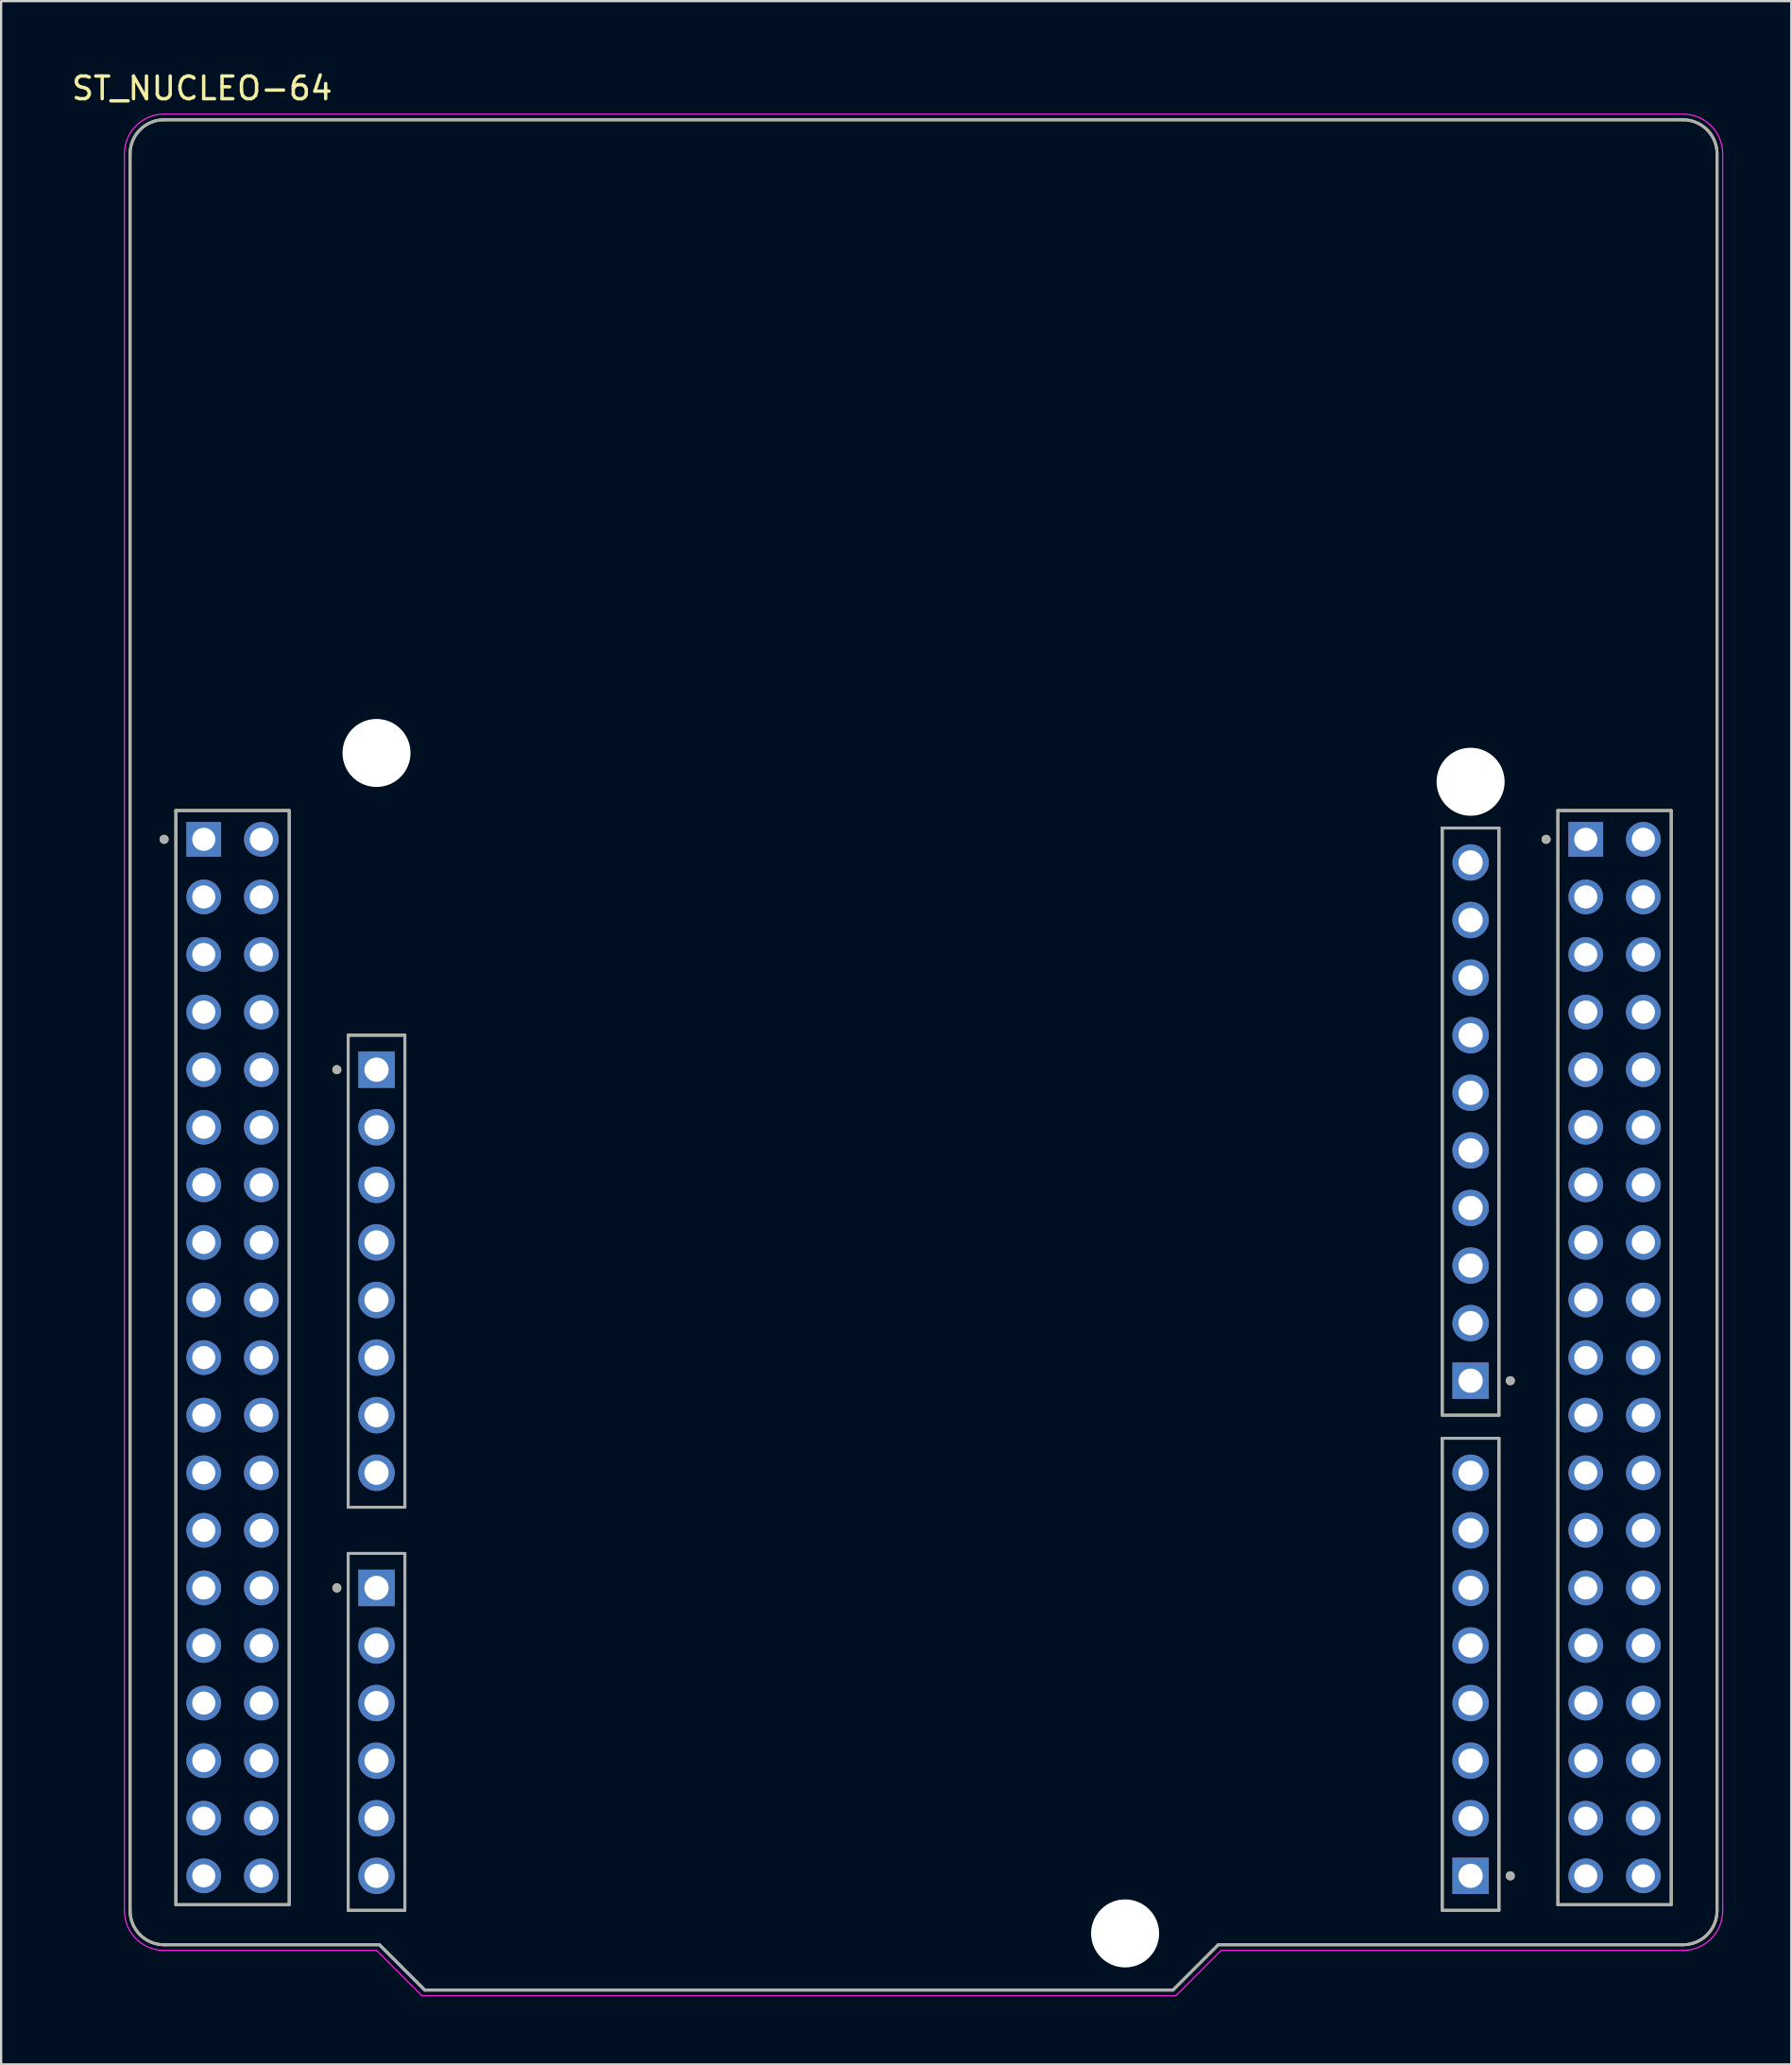
<source format=kicad_pcb>
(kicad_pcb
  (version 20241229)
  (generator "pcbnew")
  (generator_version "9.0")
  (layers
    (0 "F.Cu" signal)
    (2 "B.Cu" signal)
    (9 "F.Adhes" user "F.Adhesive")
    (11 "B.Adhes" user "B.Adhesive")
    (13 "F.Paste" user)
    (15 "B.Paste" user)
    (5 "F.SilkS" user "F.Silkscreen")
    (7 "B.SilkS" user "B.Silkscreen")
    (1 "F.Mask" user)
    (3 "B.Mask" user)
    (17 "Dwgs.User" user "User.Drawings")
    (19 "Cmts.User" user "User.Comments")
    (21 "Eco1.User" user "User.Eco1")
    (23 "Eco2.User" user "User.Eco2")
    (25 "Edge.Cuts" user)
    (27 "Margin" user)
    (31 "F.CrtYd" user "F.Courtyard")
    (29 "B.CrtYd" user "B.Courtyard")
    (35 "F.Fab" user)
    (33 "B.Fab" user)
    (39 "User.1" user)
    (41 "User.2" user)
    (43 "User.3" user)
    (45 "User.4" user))
  (footprint "ST_NUCLEO-64"
    (layer "F.Cu")
    (at 37.688 43.483)
    (property "Reference" "ST_NUCLEO-64" (at -31.825 -42.635 0) (layer "F.SilkS") (effects (font (size 1 1) (thickness 0.15))))
    (attr through_hole)
    (fp_line (start -35 37.75) (end -35 -39.75) (stroke (width 0.127) (type solid)) (layer "F.SilkS"))
    (fp_line (start -33.5 -41.25) (end 33.5 -41.25) (stroke (width 0.127) (type solid)) (layer "F.SilkS"))
    (fp_line (start -32.98 -10.78) (end -32.98 37.48) (stroke (width 0.127) (type solid)) (layer "F.SilkS"))
    (fp_line (start -32.98 37.48) (end -27.98 37.48) (stroke (width 0.127) (type solid)) (layer "F.SilkS"))
    (fp_line (start -27.98 -10.78) (end -32.98 -10.78) (stroke (width 0.127) (type solid)) (layer "F.SilkS"))
    (fp_line (start -27.98 37.48) (end -27.98 -10.78) (stroke (width 0.127) (type solid)) (layer "F.SilkS"))
    (fp_line (start -25.38 -0.87) (end -25.38 19.95) (stroke (width 0.127) (type solid)) (layer "F.SilkS"))
    (fp_line (start -25.38 19.95) (end -22.88 19.95) (stroke (width 0.127) (type solid)) (layer "F.SilkS"))
    (fp_line (start -25.38 21.99) (end -25.38 37.73) (stroke (width 0.127) (type solid)) (layer "F.SilkS"))
    (fp_line (start -25.38 37.73) (end -22.88 37.73) (stroke (width 0.127) (type solid)) (layer "F.SilkS"))
    (fp_line (start -24 39.25) (end -33.5 39.25) (stroke (width 0.127) (type solid)) (layer "F.SilkS"))
    (fp_line (start -22.88 -0.87) (end -25.38 -0.87) (stroke (width 0.127) (type solid)) (layer "F.SilkS"))
    (fp_line (start -22.88 19.95) (end -22.88 -0.87) (stroke (width 0.127) (type solid)) (layer "F.SilkS"))
    (fp_line (start -22.88 21.99) (end -25.38 21.99) (stroke (width 0.127) (type solid)) (layer "F.SilkS"))
    (fp_line (start -22.88 37.73) (end -22.88 21.99) (stroke (width 0.127) (type solid)) (layer "F.SilkS"))
    (fp_line (start -22 41.25) (end -24 39.25) (stroke (width 0.127) (type solid)) (layer "F.SilkS"))
    (fp_line (start 11 41.25) (end -22 41.25) (stroke (width 0.127) (type solid)) (layer "F.SilkS"))
    (fp_line (start 13 39.25) (end 11 41.25) (stroke (width 0.127) (type solid)) (layer "F.SilkS"))
    (fp_line (start 22.88 -10.01) (end 22.88 15.89) (stroke (width 0.127) (type solid)) (layer "F.SilkS"))
    (fp_line (start 22.88 15.89) (end 25.38 15.89) (stroke (width 0.127) (type solid)) (layer "F.SilkS"))
    (fp_line (start 22.88 16.91) (end 22.88 37.73) (stroke (width 0.127) (type solid)) (layer "F.SilkS"))
    (fp_line (start 22.88 37.73) (end 25.38 37.73) (stroke (width 0.127) (type solid)) (layer "F.SilkS"))
    (fp_line (start 25.38 -10.01) (end 22.88 -10.01) (stroke (width 0.127) (type solid)) (layer "F.SilkS"))
    (fp_line (start 25.38 15.89) (end 25.38 -10.01) (stroke (width 0.127) (type solid)) (layer "F.SilkS"))
    (fp_line (start 25.38 16.91) (end 22.88 16.91) (stroke (width 0.127) (type solid)) (layer "F.SilkS"))
    (fp_line (start 25.38 37.73) (end 25.38 16.91) (stroke (width 0.127) (type solid)) (layer "F.SilkS"))
    (fp_line (start 27.98 -10.78) (end 27.98 37.48) (stroke (width 0.127) (type solid)) (layer "F.SilkS"))
    (fp_line (start 27.98 37.48) (end 32.98 37.48) (stroke (width 0.127) (type solid)) (layer "F.SilkS"))
    (fp_line (start 32.98 -10.78) (end 27.98 -10.78) (stroke (width 0.127) (type solid)) (layer "F.SilkS"))
    (fp_line (start 32.98 37.48) (end 32.98 -10.78) (stroke (width 0.127) (type solid)) (layer "F.SilkS"))
    (fp_line (start 33.5 39.25) (end 13 39.25) (stroke (width 0.127) (type solid)) (layer "F.SilkS"))
    (fp_line (start 35 -39.75) (end 35 37.75) (stroke (width 0.127) (type solid)) (layer "F.SilkS"))
    (fp_arc (start -35 -39.75) (mid -34.56066 -40.81066) (end -33.5 -41.25) (stroke (width 0.127) (type solid)) (layer "F.SilkS"))
    (fp_arc (start -33.5 39.25) (mid -34.56066 38.81066) (end -35 37.75) (stroke (width 0.127) (type solid)) (layer "F.SilkS"))
    (fp_arc (start 33.5 -41.25) (mid 34.56066 -40.81066) (end 35 -39.75) (stroke (width 0.127) (type solid)) (layer "F.SilkS"))
    (fp_arc (start 35 37.75) (mid 34.56066 38.81066) (end 33.5 39.25) (stroke (width 0.127) (type solid)) (layer "F.SilkS"))
    (fp_circle (center -33.5 -9.51) (end -33.4 -9.51) (stroke (width 0.2) (type solid)) (fill no) (layer "F.SilkS"))
    (fp_circle (center -25.88 0.65) (end -25.78 0.65) (stroke (width 0.2) (type solid)) (fill no) (layer "F.SilkS"))
    (fp_circle (center -25.88 23.51) (end -25.78 23.51) (stroke (width 0.2) (type solid)) (fill no) (layer "F.SilkS"))
    (fp_circle (center 25.88 14.37) (end 25.98 14.37) (stroke (width 0.2) (type solid)) (fill no) (layer "F.SilkS"))
    (fp_circle (center 25.88 36.21) (end 25.98 36.21) (stroke (width 0.2) (type solid)) (fill no) (layer "F.SilkS"))
    (fp_circle (center 27.46 -9.51) (end 27.56 -9.51) (stroke (width 0.2) (type solid)) (fill no) (layer "F.SilkS"))
    (fp_line (start -35.25 37.75) (end -35.25 -39.75) (stroke (width 0.05) (type solid)) (layer "F.CrtYd"))
    (fp_line (start -33.5 -41.5) (end 33.5 -41.5) (stroke (width 0.05) (type solid)) (layer "F.CrtYd"))
    (fp_line (start -24.125 39.5) (end -33.5 39.5) (stroke (width 0.05) (type solid)) (layer "F.CrtYd"))
    (fp_line (start -22.125 41.5) (end -24.125 39.5) (stroke (width 0.05) (type solid)) (layer "F.CrtYd"))
    (fp_line (start 11.125 41.5) (end -22.125 41.5) (stroke (width 0.05) (type solid)) (layer "F.CrtYd"))
    (fp_line (start 13.125 39.5) (end 11.125 41.5) (stroke (width 0.05) (type solid)) (layer "F.CrtYd"))
    (fp_line (start 33.5 39.5) (end 13.125 39.5) (stroke (width 0.05) (type solid)) (layer "F.CrtYd"))
    (fp_line (start 35.25 -39.75) (end 35.25 37.75) (stroke (width 0.05) (type solid)) (layer "F.CrtYd"))
    (fp_arc (start -35.25 -39.75) (mid -34.737437 -40.987437) (end -33.5 -41.5) (stroke (width 0.05) (type solid)) (layer "F.CrtYd"))
    (fp_arc (start -33.5 39.5) (mid -34.737437 38.987437) (end -35.25 37.75) (stroke (width 0.05) (type solid)) (layer "F.CrtYd"))
    (fp_arc (start 33.5 -41.5) (mid 34.737437 -40.987437) (end 35.25 -39.75) (stroke (width 0.05) (type solid)) (layer "F.CrtYd"))
    (fp_arc (start 35.25 37.75) (mid 34.737437 38.987437) (end 33.5 39.5) (stroke (width 0.05) (type solid)) (layer "F.CrtYd"))
    (fp_line (start -35 37.75) (end -35 -39.75) (stroke (width 0.127) (type solid)) (layer "F.Fab"))
    (fp_line (start -33.5 -41.25) (end 33.5 -41.25) (stroke (width 0.127) (type solid)) (layer "F.Fab"))
    (fp_line (start -32.98 -10.78) (end -32.98 37.48) (stroke (width 0.127) (type solid)) (layer "F.Fab"))
    (fp_line (start -32.98 37.48) (end -27.98 37.48) (stroke (width 0.127) (type solid)) (layer "F.Fab"))
    (fp_line (start -27.98 -10.78) (end -32.98 -10.78) (stroke (width 0.127) (type solid)) (layer "F.Fab"))
    (fp_line (start -27.98 37.48) (end -27.98 -10.78) (stroke (width 0.127) (type solid)) (layer "F.Fab"))
    (fp_line (start -25.38 -0.87) (end -25.38 19.95) (stroke (width 0.127) (type solid)) (layer "F.Fab"))
    (fp_line (start -25.38 19.95) (end -22.88 19.95) (stroke (width 0.127) (type solid)) (layer "F.Fab"))
    (fp_line (start -25.38 21.99) (end -25.38 37.73) (stroke (width 0.127) (type solid)) (layer "F.Fab"))
    (fp_line (start -25.38 37.73) (end -22.88 37.73) (stroke (width 0.127) (type solid)) (layer "F.Fab"))
    (fp_line (start -24 39.25) (end -33.5 39.25) (stroke (width 0.127) (type solid)) (layer "F.Fab"))
    (fp_line (start -22.88 -0.87) (end -25.38 -0.87) (stroke (width 0.127) (type solid)) (layer "F.Fab"))
    (fp_line (start -22.88 19.95) (end -22.88 -0.87) (stroke (width 0.127) (type solid)) (layer "F.Fab"))
    (fp_line (start -22.88 21.99) (end -25.38 21.99) (stroke (width 0.127) (type solid)) (layer "F.Fab"))
    (fp_line (start -22.88 37.73) (end -22.88 21.99) (stroke (width 0.127) (type solid)) (layer "F.Fab"))
    (fp_line (start -22 41.25) (end -24 39.25) (stroke (width 0.127) (type solid)) (layer "F.Fab"))
    (fp_line (start 11 41.25) (end -22 41.25) (stroke (width 0.127) (type solid)) (layer "F.Fab"))
    (fp_line (start 13 39.25) (end 11 41.25) (stroke (width 0.127) (type solid)) (layer "F.Fab"))
    (fp_line (start 22.88 -10.01) (end 22.88 15.89) (stroke (width 0.127) (type solid)) (layer "F.Fab"))
    (fp_line (start 22.88 15.89) (end 25.38 15.89) (stroke (width 0.127) (type solid)) (layer "F.Fab"))
    (fp_line (start 22.88 16.91) (end 22.88 37.73) (stroke (width 0.127) (type solid)) (layer "F.Fab"))
    (fp_line (start 22.88 37.73) (end 25.38 37.73) (stroke (width 0.127) (type solid)) (layer "F.Fab"))
    (fp_line (start 25.38 -10.01) (end 22.88 -10.01) (stroke (width 0.127) (type solid)) (layer "F.Fab"))
    (fp_line (start 25.38 15.89) (end 25.38 -10.01) (stroke (width 0.127) (type solid)) (layer "F.Fab"))
    (fp_line (start 25.38 16.91) (end 22.88 16.91) (stroke (width 0.127) (type solid)) (layer "F.Fab"))
    (fp_line (start 25.38 37.73) (end 25.38 16.91) (stroke (width 0.127) (type solid)) (layer "F.Fab"))
    (fp_line (start 27.98 -10.78) (end 27.98 37.48) (stroke (width 0.127) (type solid)) (layer "F.Fab"))
    (fp_line (start 27.98 37.48) (end 32.98 37.48) (stroke (width 0.127) (type solid)) (layer "F.Fab"))
    (fp_line (start 32.98 -10.78) (end 27.98 -10.78) (stroke (width 0.127) (type solid)) (layer "F.Fab"))
    (fp_line (start 32.98 37.48) (end 32.98 -10.78) (stroke (width 0.127) (type solid)) (layer "F.Fab"))
    (fp_line (start 33.5 39.25) (end 13 39.25) (stroke (width 0.127) (type solid)) (layer "F.Fab"))
    (fp_line (start 35 -39.75) (end 35 37.75) (stroke (width 0.127) (type solid)) (layer "F.Fab"))
    (fp_arc (start -35 -39.75) (mid -34.56066 -40.81066) (end -33.5 -41.25) (stroke (width 0.127) (type solid)) (layer "F.Fab"))
    (fp_arc (start -33.5 39.25) (mid -34.56066 38.81066) (end -35 37.75) (stroke (width 0.127) (type solid)) (layer "F.Fab"))
    (fp_arc (start 33.5 -41.25) (mid 34.56066 -40.81066) (end 35 -39.75) (stroke (width 0.127) (type solid)) (layer "F.Fab"))
    (fp_arc (start 35 37.75) (mid 34.56066 38.81066) (end 33.5 39.25) (stroke (width 0.127) (type solid)) (layer "F.Fab"))
    (fp_circle (center -33.5 -9.51) (end -33.4 -9.51) (stroke (width 0.2) (type solid)) (fill no) (layer "F.Fab"))
    (fp_circle (center -25.88 0.65) (end -25.78 0.65) (stroke (width 0.2) (type solid)) (fill no) (layer "F.Fab"))
    (fp_circle (center -25.88 23.51) (end -25.78 23.51) (stroke (width 0.2) (type solid)) (fill no) (layer "F.Fab"))
    (fp_circle (center 25.88 14.37) (end 25.98 14.37) (stroke (width 0.2) (type solid)) (fill no) (layer "F.Fab"))
    (fp_circle (center 25.88 36.21) (end 25.98 36.21) (stroke (width 0.2) (type solid)) (fill no) (layer "F.Fab"))
    (fp_circle (center 27.46 -9.51) (end 27.56 -9.51) (stroke (width 0.2) (type solid)) (fill no) (layer "F.Fab"))
    (pad "" np_thru_hole circle (at -24.13 -13.32) (size 3 3) (drill 3) (layers "*.Cu" "*.Mask"))
    (pad "" np_thru_hole circle (at 8.89 38.75) (size 3 3) (drill 3) (layers "*.Cu" "*.Mask"))
    (pad "" np_thru_hole circle (at 24.13 -12.05) (size 3 3) (drill 3) (layers "*.Cu" "*.Mask"))
    (pad "CN5_1" thru_hole rect (at 24.13 14.37) (size 1.605 1.605) (drill 1.07) (layers "*.Cu" "*.Mask"))
    (pad "CN5_2" thru_hole circle (at 24.13 11.83) (size 1.605 1.605) (drill 1.07) (layers "*.Cu" "*.Mask"))
    (pad "CN5_3" thru_hole circle (at 24.13 9.29) (size 1.605 1.605) (drill 1.07) (layers "*.Cu" "*.Mask"))
    (pad "CN5_4" thru_hole circle (at 24.13 6.75) (size 1.605 1.605) (drill 1.07) (layers "*.Cu" "*.Mask"))
    (pad "CN5_5" thru_hole circle (at 24.13 4.21) (size 1.605 1.605) (drill 1.07) (layers "*.Cu" "*.Mask"))
    (pad "CN5_6" thru_hole circle (at 24.13 1.67) (size 1.605 1.605) (drill 1.07) (layers "*.Cu" "*.Mask"))
    (pad "CN5_7" thru_hole circle (at 24.13 -0.87) (size 1.605 1.605) (drill 1.07) (layers "*.Cu" "*.Mask"))
    (pad "CN5_8" thru_hole circle (at 24.13 -3.41) (size 1.605 1.605) (drill 1.07) (layers "*.Cu" "*.Mask"))
    (pad "CN5_9" thru_hole circle (at 24.13 -5.95) (size 1.605 1.605) (drill 1.07) (layers "*.Cu" "*.Mask"))
    (pad "CN5_10" thru_hole circle (at 24.13 -8.49) (size 1.605 1.605) (drill 1.07) (layers "*.Cu" "*.Mask"))
    (pad "CN6_1" thru_hole rect (at -24.13 0.65) (size 1.605 1.605) (drill 1.07) (layers "*.Cu" "*.Mask"))
    (pad "CN6_2" thru_hole circle (at -24.13 3.19) (size 1.605 1.605) (drill 1.07) (layers "*.Cu" "*.Mask"))
    (pad "CN6_3" thru_hole circle (at -24.13 5.73) (size 1.605 1.605) (drill 1.07) (layers "*.Cu" "*.Mask"))
    (pad "CN6_4" thru_hole circle (at -24.13 8.27) (size 1.605 1.605) (drill 1.07) (layers "*.Cu" "*.Mask"))
    (pad "CN6_5" thru_hole circle (at -24.13 10.81) (size 1.605 1.605) (drill 1.07) (layers "*.Cu" "*.Mask"))
    (pad "CN6_6" thru_hole circle (at -24.13 13.35) (size 1.605 1.605) (drill 1.07) (layers "*.Cu" "*.Mask"))
    (pad "CN6_7" thru_hole circle (at -24.13 15.89) (size 1.605 1.605) (drill 1.07) (layers "*.Cu" "*.Mask"))
    (pad "CN6_8" thru_hole circle (at -24.13 18.43) (size 1.605 1.605) (drill 1.07) (layers "*.Cu" "*.Mask"))
    (pad "CN7_1" thru_hole rect (at -31.75 -9.51) (size 1.53 1.53) (drill 1.02) (layers "*.Cu" "*.Mask"))
    (pad "CN7_2" thru_hole circle (at -29.21 -9.51) (size 1.53 1.53) (drill 1.02) (layers "*.Cu" "*.Mask"))
    (pad "CN7_3" thru_hole circle (at -31.75 -6.97) (size 1.53 1.53) (drill 1.02) (layers "*.Cu" "*.Mask"))
    (pad "CN7_4" thru_hole circle (at -29.21 -6.97) (size 1.53 1.53) (drill 1.02) (layers "*.Cu" "*.Mask"))
    (pad "CN7_5" thru_hole circle (at -31.75 -4.43) (size 1.53 1.53) (drill 1.02) (layers "*.Cu" "*.Mask"))
    (pad "CN7_6" thru_hole circle (at -29.21 -4.43) (size 1.53 1.53) (drill 1.02) (layers "*.Cu" "*.Mask"))
    (pad "CN7_7" thru_hole circle (at -31.75 -1.89) (size 1.53 1.53) (drill 1.02) (layers "*.Cu" "*.Mask"))
    (pad "CN7_8" thru_hole circle (at -29.21 -1.89) (size 1.53 1.53) (drill 1.02) (layers "*.Cu" "*.Mask"))
    (pad "CN7_9" thru_hole circle (at -31.75 0.65) (size 1.53 1.53) (drill 1.02) (layers "*.Cu" "*.Mask"))
    (pad "CN7_10" thru_hole circle (at -29.21 0.65) (size 1.53 1.53) (drill 1.02) (layers "*.Cu" "*.Mask"))
    (pad "CN7_11" thru_hole circle (at -31.75 3.19) (size 1.53 1.53) (drill 1.02) (layers "*.Cu" "*.Mask"))
    (pad "CN7_12" thru_hole circle (at -29.21 3.19) (size 1.53 1.53) (drill 1.02) (layers "*.Cu" "*.Mask"))
    (pad "CN7_13" thru_hole circle (at -31.75 5.73) (size 1.53 1.53) (drill 1.02) (layers "*.Cu" "*.Mask"))
    (pad "CN7_14" thru_hole circle (at -29.21 5.73) (size 1.53 1.53) (drill 1.02) (layers "*.Cu" "*.Mask"))
    (pad "CN7_15" thru_hole circle (at -31.75 8.27) (size 1.53 1.53) (drill 1.02) (layers "*.Cu" "*.Mask"))
    (pad "CN7_16" thru_hole circle (at -29.21 8.27) (size 1.53 1.53) (drill 1.02) (layers "*.Cu" "*.Mask"))
    (pad "CN7_17" thru_hole circle (at -31.75 10.81) (size 1.53 1.53) (drill 1.02) (layers "*.Cu" "*.Mask"))
    (pad "CN7_18" thru_hole circle (at -29.21 10.81) (size 1.53 1.53) (drill 1.02) (layers "*.Cu" "*.Mask"))
    (pad "CN7_19" thru_hole circle (at -31.75 13.35) (size 1.53 1.53) (drill 1.02) (layers "*.Cu" "*.Mask"))
    (pad "CN7_20" thru_hole circle (at -29.21 13.35) (size 1.53 1.53) (drill 1.02) (layers "*.Cu" "*.Mask"))
    (pad "CN7_21" thru_hole circle (at -31.75 15.89) (size 1.53 1.53) (drill 1.02) (layers "*.Cu" "*.Mask"))
    (pad "CN7_22" thru_hole circle (at -29.21 15.89) (size 1.53 1.53) (drill 1.02) (layers "*.Cu" "*.Mask"))
    (pad "CN7_23" thru_hole circle (at -31.75 18.43) (size 1.53 1.53) (drill 1.02) (layers "*.Cu" "*.Mask"))
    (pad "CN7_24" thru_hole circle (at -29.21 18.43) (size 1.53 1.53) (drill 1.02) (layers "*.Cu" "*.Mask"))
    (pad "CN7_25" thru_hole circle (at -31.75 20.97) (size 1.53 1.53) (drill 1.02) (layers "*.Cu" "*.Mask"))
    (pad "CN7_26" thru_hole circle (at -29.21 20.97) (size 1.53 1.53) (drill 1.02) (layers "*.Cu" "*.Mask"))
    (pad "CN7_27" thru_hole circle (at -31.75 23.51) (size 1.53 1.53) (drill 1.02) (layers "*.Cu" "*.Mask"))
    (pad "CN7_28" thru_hole circle (at -29.21 23.51) (size 1.53 1.53) (drill 1.02) (layers "*.Cu" "*.Mask"))
    (pad "CN7_29" thru_hole circle (at -31.75 26.05) (size 1.53 1.53) (drill 1.02) (layers "*.Cu" "*.Mask"))
    (pad "CN7_30" thru_hole circle (at -29.21 26.05) (size 1.53 1.53) (drill 1.02) (layers "*.Cu" "*.Mask"))
    (pad "CN7_31" thru_hole circle (at -31.75 28.59) (size 1.53 1.53) (drill 1.02) (layers "*.Cu" "*.Mask"))
    (pad "CN7_32" thru_hole circle (at -29.21 28.59) (size 1.53 1.53) (drill 1.02) (layers "*.Cu" "*.Mask"))
    (pad "CN7_33" thru_hole circle (at -31.75 31.13) (size 1.53 1.53) (drill 1.02) (layers "*.Cu" "*.Mask"))
    (pad "CN7_34" thru_hole circle (at -29.21 31.13) (size 1.53 1.53) (drill 1.02) (layers "*.Cu" "*.Mask"))
    (pad "CN7_35" thru_hole circle (at -31.75 33.67) (size 1.53 1.53) (drill 1.02) (layers "*.Cu" "*.Mask"))
    (pad "CN7_36" thru_hole circle (at -29.21 33.67) (size 1.53 1.53) (drill 1.02) (layers "*.Cu" "*.Mask"))
    (pad "CN7_37" thru_hole circle (at -31.75 36.21) (size 1.53 1.53) (drill 1.02) (layers "*.Cu" "*.Mask"))
    (pad "CN7_38" thru_hole circle (at -29.21 36.21) (size 1.53 1.53) (drill 1.02) (layers "*.Cu" "*.Mask"))
    (pad "CN8_1" thru_hole rect (at -24.13 23.51) (size 1.605 1.605) (drill 1.07) (layers "*.Cu" "*.Mask"))
    (pad "CN8_2" thru_hole circle (at -24.13 26.05) (size 1.605 1.605) (drill 1.07) (layers "*.Cu" "*.Mask"))
    (pad "CN8_3" thru_hole circle (at -24.13 28.59) (size 1.605 1.605) (drill 1.07) (layers "*.Cu" "*.Mask"))
    (pad "CN8_4" thru_hole circle (at -24.13 31.13) (size 1.605 1.605) (drill 1.07) (layers "*.Cu" "*.Mask"))
    (pad "CN8_5" thru_hole circle (at -24.13 33.67) (size 1.605 1.605) (drill 1.07) (layers "*.Cu" "*.Mask"))
    (pad "CN8_6" thru_hole circle (at -24.13 36.21) (size 1.605 1.605) (drill 1.07) (layers "*.Cu" "*.Mask"))
    (pad "CN9_1" thru_hole rect (at 24.13 36.21) (size 1.605 1.605) (drill 1.07) (layers "*.Cu" "*.Mask"))
    (pad "CN9_2" thru_hole circle (at 24.13 33.67) (size 1.605 1.605) (drill 1.07) (layers "*.Cu" "*.Mask"))
    (pad "CN9_3" thru_hole circle (at 24.13 31.13) (size 1.605 1.605) (drill 1.07) (layers "*.Cu" "*.Mask"))
    (pad "CN9_4" thru_hole circle (at 24.13 28.59) (size 1.605 1.605) (drill 1.07) (layers "*.Cu" "*.Mask"))
    (pad "CN9_5" thru_hole circle (at 24.13 26.05) (size 1.605 1.605) (drill 1.07) (layers "*.Cu" "*.Mask"))
    (pad "CN9_6" thru_hole circle (at 24.13 23.51) (size 1.605 1.605) (drill 1.07) (layers "*.Cu" "*.Mask"))
    (pad "CN9_7" thru_hole circle (at 24.13 20.97) (size 1.605 1.605) (drill 1.07) (layers "*.Cu" "*.Mask"))
    (pad "CN9_8" thru_hole circle (at 24.13 18.43) (size 1.605 1.605) (drill 1.07) (layers "*.Cu" "*.Mask"))
    (pad "CN10_1" thru_hole rect (at 29.21 -9.51) (size 1.53 1.53) (drill 1.02) (layers "*.Cu" "*.Mask"))
    (pad "CN10_2" thru_hole circle (at 31.75 -9.51) (size 1.53 1.53) (drill 1.02) (layers "*.Cu" "*.Mask"))
    (pad "CN10_3" thru_hole circle (at 29.21 -6.97) (size 1.53 1.53) (drill 1.02) (layers "*.Cu" "*.Mask"))
    (pad "CN10_4" thru_hole circle (at 31.75 -6.97) (size 1.53 1.53) (drill 1.02) (layers "*.Cu" "*.Mask"))
    (pad "CN10_5" thru_hole circle (at 29.21 -4.43) (size 1.53 1.53) (drill 1.02) (layers "*.Cu" "*.Mask"))
    (pad "CN10_6" thru_hole circle (at 31.75 -4.43) (size 1.53 1.53) (drill 1.02) (layers "*.Cu" "*.Mask"))
    (pad "CN10_7" thru_hole circle (at 29.21 -1.89) (size 1.53 1.53) (drill 1.02) (layers "*.Cu" "*.Mask"))
    (pad "CN10_8" thru_hole circle (at 31.75 -1.89) (size 1.53 1.53) (drill 1.02) (layers "*.Cu" "*.Mask"))
    (pad "CN10_9" thru_hole circle (at 29.21 0.65) (size 1.53 1.53) (drill 1.02) (layers "*.Cu" "*.Mask"))
    (pad "CN10_10" thru_hole circle (at 31.75 0.65) (size 1.53 1.53) (drill 1.02) (layers "*.Cu" "*.Mask"))
    (pad "CN10_11" thru_hole circle (at 29.21 3.19) (size 1.53 1.53) (drill 1.02) (layers "*.Cu" "*.Mask"))
    (pad "CN10_12" thru_hole circle (at 31.75 3.19) (size 1.53 1.53) (drill 1.02) (layers "*.Cu" "*.Mask"))
    (pad "CN10_13" thru_hole circle (at 29.21 5.73) (size 1.53 1.53) (drill 1.02) (layers "*.Cu" "*.Mask"))
    (pad "CN10_14" thru_hole circle (at 31.75 5.73) (size 1.53 1.53) (drill 1.02) (layers "*.Cu" "*.Mask"))
    (pad "CN10_15" thru_hole circle (at 29.21 8.27) (size 1.53 1.53) (drill 1.02) (layers "*.Cu" "*.Mask"))
    (pad "CN10_16" thru_hole circle (at 31.75 8.27) (size 1.53 1.53) (drill 1.02) (layers "*.Cu" "*.Mask"))
    (pad "CN10_17" thru_hole circle (at 29.21 10.81) (size 1.53 1.53) (drill 1.02) (layers "*.Cu" "*.Mask"))
    (pad "CN10_18" thru_hole circle (at 31.75 10.81) (size 1.53 1.53) (drill 1.02) (layers "*.Cu" "*.Mask"))
    (pad "CN10_19" thru_hole circle (at 29.21 13.35) (size 1.53 1.53) (drill 1.02) (layers "*.Cu" "*.Mask"))
    (pad "CN10_20" thru_hole circle (at 31.75 13.35) (size 1.53 1.53) (drill 1.02) (layers "*.Cu" "*.Mask"))
    (pad "CN10_21" thru_hole circle (at 29.21 15.89) (size 1.53 1.53) (drill 1.02) (layers "*.Cu" "*.Mask"))
    (pad "CN10_22" thru_hole circle (at 31.75 15.89) (size 1.53 1.53) (drill 1.02) (layers "*.Cu" "*.Mask"))
    (pad "CN10_23" thru_hole circle (at 29.21 18.43) (size 1.53 1.53) (drill 1.02) (layers "*.Cu" "*.Mask"))
    (pad "CN10_24" thru_hole circle (at 31.75 18.43) (size 1.53 1.53) (drill 1.02) (layers "*.Cu" "*.Mask"))
    (pad "CN10_25" thru_hole circle (at 29.21 20.97) (size 1.53 1.53) (drill 1.02) (layers "*.Cu" "*.Mask"))
    (pad "CN10_26" thru_hole circle (at 31.75 20.97) (size 1.53 1.53) (drill 1.02) (layers "*.Cu" "*.Mask"))
    (pad "CN10_27" thru_hole circle (at 29.21 23.51) (size 1.53 1.53) (drill 1.02) (layers "*.Cu" "*.Mask"))
    (pad "CN10_28" thru_hole circle (at 31.75 23.51) (size 1.53 1.53) (drill 1.02) (layers "*.Cu" "*.Mask"))
    (pad "CN10_29" thru_hole circle (at 29.21 26.05) (size 1.53 1.53) (drill 1.02) (layers "*.Cu" "*.Mask"))
    (pad "CN10_30" thru_hole circle (at 31.75 26.05) (size 1.53 1.53) (drill 1.02) (layers "*.Cu" "*.Mask"))
    (pad "CN10_31" thru_hole circle (at 29.21 28.59) (size 1.53 1.53) (drill 1.02) (layers "*.Cu" "*.Mask"))
    (pad "CN10_32" thru_hole circle (at 31.75 28.59) (size 1.53 1.53) (drill 1.02) (layers "*.Cu" "*.Mask"))
    (pad "CN10_33" thru_hole circle (at 29.21 31.13) (size 1.53 1.53) (drill 1.02) (layers "*.Cu" "*.Mask"))
    (pad "CN10_34" thru_hole circle (at 31.75 31.13) (size 1.53 1.53) (drill 1.02) (layers "*.Cu" "*.Mask"))
    (pad "CN10_35" thru_hole circle (at 29.21 33.67) (size 1.53 1.53) (drill 1.02) (layers "*.Cu" "*.Mask"))
    (pad "CN10_36" thru_hole circle (at 31.75 33.67) (size 1.53 1.53) (drill 1.02) (layers "*.Cu" "*.Mask"))
    (pad "CN10_37" thru_hole circle (at 29.21 36.21) (size 1.53 1.53) (drill 1.02) (layers "*.Cu" "*.Mask"))
    (pad "CN10_38" thru_hole circle (at 31.75 36.21) (size 1.53 1.53) (drill 1.02) (layers "*.Cu" "*.Mask")))
  (gr_rect
    (start -3 -3)
    (end 75.963 88.008)
    (stroke (width 0.1) (type default))
    (fill no)
    (layer "Edge.Cuts")))
</source>
